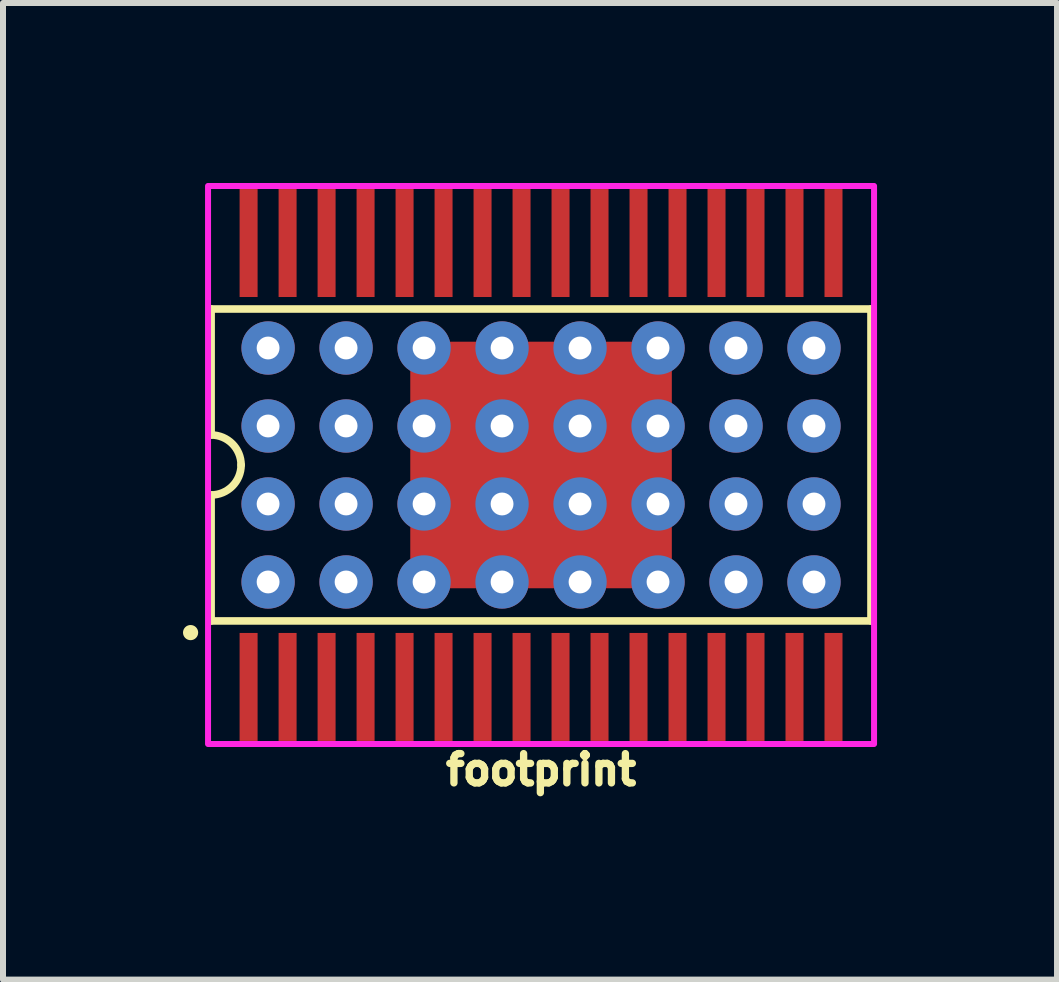
<source format=kicad_pcb>
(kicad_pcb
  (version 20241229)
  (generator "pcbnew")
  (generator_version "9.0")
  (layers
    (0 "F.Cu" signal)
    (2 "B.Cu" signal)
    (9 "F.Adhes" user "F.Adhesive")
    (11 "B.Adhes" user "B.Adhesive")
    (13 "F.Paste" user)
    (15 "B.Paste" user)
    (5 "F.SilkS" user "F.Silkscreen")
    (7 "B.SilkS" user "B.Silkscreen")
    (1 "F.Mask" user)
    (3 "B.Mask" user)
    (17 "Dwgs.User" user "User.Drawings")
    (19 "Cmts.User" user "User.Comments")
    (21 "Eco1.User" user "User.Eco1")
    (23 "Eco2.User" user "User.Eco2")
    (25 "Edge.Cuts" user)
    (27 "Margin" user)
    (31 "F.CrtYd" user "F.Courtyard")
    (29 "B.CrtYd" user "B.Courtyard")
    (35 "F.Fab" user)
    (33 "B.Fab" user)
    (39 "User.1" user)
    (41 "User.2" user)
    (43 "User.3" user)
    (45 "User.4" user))
  (footprint "footprint"
    (layer "F.Cu")
    (at 5.969 4.701)
    (property "Reference" "footprint" (at 0 5.08 0) (layer "F.SilkS") (effects (font (size 0.488 0.488) (thickness 0.122))))
    (fp_poly (pts (xy -5.025 -2.8) (xy -4.725 -2.8) (xy -4.725 -4.6) (xy -5.025 -4.6)) (stroke (width 0) (type solid)) (fill yes) (layer "F.Mask"))
    (fp_poly (pts (xy -5.025 4.6) (xy -4.725 4.6) (xy -4.725 2.8) (xy -5.025 2.8)) (stroke (width 0) (type solid)) (fill yes) (layer "F.Mask"))
    (fp_poly (pts (xy -4.375 -2.8) (xy -4.075 -2.8) (xy -4.075 -4.6) (xy -4.375 -4.6)) (stroke (width 0) (type solid)) (fill yes) (layer "F.Mask"))
    (fp_poly (pts (xy -4.375 4.6) (xy -4.075 4.6) (xy -4.075 2.8) (xy -4.375 2.8)) (stroke (width 0) (type solid)) (fill yes) (layer "F.Mask"))
    (fp_poly (pts (xy -3.725 -2.8) (xy -3.425 -2.8) (xy -3.425 -4.6) (xy -3.725 -4.6)) (stroke (width 0) (type solid)) (fill yes) (layer "F.Mask"))
    (fp_poly (pts (xy -3.725 4.6) (xy -3.425 4.6) (xy -3.425 2.8) (xy -3.725 2.8)) (stroke (width 0) (type solid)) (fill yes) (layer "F.Mask"))
    (fp_poly (pts (xy -3.075 -2.8) (xy -2.775 -2.8) (xy -2.775 -4.6) (xy -3.075 -4.6)) (stroke (width 0) (type solid)) (fill yes) (layer "F.Mask"))
    (fp_poly (pts (xy -3.075 4.6) (xy -2.775 4.6) (xy -2.775 2.8) (xy -3.075 2.8)) (stroke (width 0) (type solid)) (fill yes) (layer "F.Mask"))
    (fp_poly (pts (xy -2.425 -2.8) (xy -2.125 -2.8) (xy -2.125 -4.6) (xy -2.425 -4.6)) (stroke (width 0) (type solid)) (fill yes) (layer "F.Mask"))
    (fp_poly (pts (xy -2.425 4.6) (xy -2.125 4.6) (xy -2.125 2.8) (xy -2.425 2.8)) (stroke (width 0) (type solid)) (fill yes) (layer "F.Mask"))
    (fp_poly (pts (xy -2.18 2.055) (xy 2.18 2.055) (xy 2.18 -2.055) (xy -2.18 -2.055)) (stroke (width 0) (type solid)) (fill yes) (layer "F.Mask"))
    (fp_poly (pts (xy -1.775 -2.8) (xy -1.475 -2.8) (xy -1.475 -4.6) (xy -1.775 -4.6)) (stroke (width 0) (type solid)) (fill yes) (layer "F.Mask"))
    (fp_poly (pts (xy -1.775 4.6) (xy -1.475 4.6) (xy -1.475 2.8) (xy -1.775 2.8)) (stroke (width 0) (type solid)) (fill yes) (layer "F.Mask"))
    (fp_poly (pts (xy -1.125 -2.8) (xy -0.825 -2.8) (xy -0.825 -4.6) (xy -1.125 -4.6)) (stroke (width 0) (type solid)) (fill yes) (layer "F.Mask"))
    (fp_poly (pts (xy -1.125 4.6) (xy -0.825 4.6) (xy -0.825 2.8) (xy -1.125 2.8)) (stroke (width 0) (type solid)) (fill yes) (layer "F.Mask"))
    (fp_poly (pts (xy -0.475 -2.8) (xy -0.175 -2.8) (xy -0.175 -4.6) (xy -0.475 -4.6)) (stroke (width 0) (type solid)) (fill yes) (layer "F.Mask"))
    (fp_poly (pts (xy -0.475 4.6) (xy -0.175 4.6) (xy -0.175 2.8) (xy -0.475 2.8)) (stroke (width 0) (type solid)) (fill yes) (layer "F.Mask"))
    (fp_poly (pts (xy 0.175 -2.8) (xy 0.475 -2.8) (xy 0.475 -4.6) (xy 0.175 -4.6)) (stroke (width 0) (type solid)) (fill yes) (layer "F.Mask"))
    (fp_poly (pts (xy 0.175 4.6) (xy 0.475 4.6) (xy 0.475 2.8) (xy 0.175 2.8)) (stroke (width 0) (type solid)) (fill yes) (layer "F.Mask"))
    (fp_poly (pts (xy 0.825 -2.8) (xy 1.125 -2.8) (xy 1.125 -4.6) (xy 0.825 -4.6)) (stroke (width 0) (type solid)) (fill yes) (layer "F.Mask"))
    (fp_poly (pts (xy 0.825 4.6) (xy 1.125 4.6) (xy 1.125 2.8) (xy 0.825 2.8)) (stroke (width 0) (type solid)) (fill yes) (layer "F.Mask"))
    (fp_poly (pts (xy 1.475 -2.8) (xy 1.775 -2.8) (xy 1.775 -4.6) (xy 1.475 -4.6)) (stroke (width 0) (type solid)) (fill yes) (layer "F.Mask"))
    (fp_poly (pts (xy 1.475 4.6) (xy 1.775 4.6) (xy 1.775 2.8) (xy 1.475 2.8)) (stroke (width 0) (type solid)) (fill yes) (layer "F.Mask"))
    (fp_poly (pts (xy 2.125 -2.8) (xy 2.425 -2.8) (xy 2.425 -4.6) (xy 2.125 -4.6)) (stroke (width 0) (type solid)) (fill yes) (layer "F.Mask"))
    (fp_poly (pts (xy 2.125 4.6) (xy 2.425 4.6) (xy 2.425 2.8) (xy 2.125 2.8)) (stroke (width 0) (type solid)) (fill yes) (layer "F.Mask"))
    (fp_poly (pts (xy 2.775 -2.8) (xy 3.075 -2.8) (xy 3.075 -4.6) (xy 2.775 -4.6)) (stroke (width 0) (type solid)) (fill yes) (layer "F.Mask"))
    (fp_poly (pts (xy 2.775 4.6) (xy 3.075 4.6) (xy 3.075 2.8) (xy 2.775 2.8)) (stroke (width 0) (type solid)) (fill yes) (layer "F.Mask"))
    (fp_poly (pts (xy 3.425 -2.8) (xy 3.725 -2.8) (xy 3.725 -4.6) (xy 3.425 -4.6)) (stroke (width 0) (type solid)) (fill yes) (layer "F.Mask"))
    (fp_poly (pts (xy 3.425 4.6) (xy 3.725 4.6) (xy 3.725 2.8) (xy 3.425 2.8)) (stroke (width 0) (type solid)) (fill yes) (layer "F.Mask"))
    (fp_poly (pts (xy 4.075 -2.8) (xy 4.375 -2.8) (xy 4.375 -4.6) (xy 4.075 -4.6)) (stroke (width 0) (type solid)) (fill yes) (layer "F.Mask"))
    (fp_poly (pts (xy 4.075 4.6) (xy 4.375 4.6) (xy 4.375 2.8) (xy 4.075 2.8)) (stroke (width 0) (type solid)) (fill yes) (layer "F.Mask"))
    (fp_poly (pts (xy 4.725 -2.8) (xy 5.025 -2.8) (xy 5.025 -4.6) (xy 4.725 -4.6)) (stroke (width 0) (type solid)) (fill yes) (layer "F.Mask"))
    (fp_poly (pts (xy 4.725 4.6) (xy 5.025 4.6) (xy 5.025 2.8) (xy 4.725 2.8)) (stroke (width 0) (type solid)) (fill yes) (layer "F.Mask"))
    (fp_line (start -5.5 -2.6) (end -5.5 -0.5) (stroke (width 0.127) (type solid)) (layer "F.SilkS"))
    (fp_line (start -5.5 0.5) (end -5.5 2.6) (stroke (width 0.127) (type solid)) (layer "F.SilkS"))
    (fp_line (start 5.5 -2.6) (end -5.5 -2.6) (stroke (width 0.127) (type solid)) (layer "F.SilkS"))
    (fp_line (start 5.5 -2.6) (end 5.5 2.6) (stroke (width 0.127) (type solid)) (layer "F.SilkS"))
    (fp_line (start 5.5 2.6) (end -5.5 2.6) (stroke (width 0.127) (type solid)) (layer "F.SilkS"))
    (fp_arc (start -5.5 -0.5) (mid -5.146447 -0.353553) (end -5 0) (stroke (width 0.127) (type solid)) (layer "F.SilkS"))
    (fp_arc (start -5 0) (mid -5.146447 0.353553) (end -5.5 0.5) (stroke (width 0.127) (type solid)) (layer "F.SilkS"))
    (fp_circle (center -5.842 2.794) (end -5.779 2.794) (stroke (width 0.127) (type solid)) (fill yes) (layer "F.SilkS"))
    (fp_poly (pts (xy -4.955 -2.87) (xy -4.795 -2.87) (xy -4.795 -4.53) (xy -4.955 -4.53)) (stroke (width 0) (type solid)) (fill yes) (layer "F.Paste"))
    (fp_poly (pts (xy -4.955 4.53) (xy -4.795 4.53) (xy -4.795 2.87) (xy -4.955 2.87)) (stroke (width 0) (type solid)) (fill yes) (layer "F.Paste"))
    (fp_poly (pts (xy -4.305 -2.87) (xy -4.145 -2.87) (xy -4.145 -4.53) (xy -4.305 -4.53)) (stroke (width 0) (type solid)) (fill yes) (layer "F.Paste"))
    (fp_poly (pts (xy -4.305 4.53) (xy -4.145 4.53) (xy -4.145 2.87) (xy -4.305 2.87)) (stroke (width 0) (type solid)) (fill yes) (layer "F.Paste"))
    (fp_poly (pts (xy -3.655 -2.87) (xy -3.495 -2.87) (xy -3.495 -4.53) (xy -3.655 -4.53)) (stroke (width 0) (type solid)) (fill yes) (layer "F.Paste"))
    (fp_poly (pts (xy -3.655 4.53) (xy -3.495 4.53) (xy -3.495 2.87) (xy -3.655 2.87)) (stroke (width 0) (type solid)) (fill yes) (layer "F.Paste"))
    (fp_poly (pts (xy -3.005 -2.87) (xy -2.845 -2.87) (xy -2.845 -4.53) (xy -3.005 -4.53)) (stroke (width 0) (type solid)) (fill yes) (layer "F.Paste"))
    (fp_poly (pts (xy -3.005 4.53) (xy -2.845 4.53) (xy -2.845 2.87) (xy -3.005 2.87)) (stroke (width 0) (type solid)) (fill yes) (layer "F.Paste"))
    (fp_poly (pts (xy -2.355 -2.87) (xy -2.195 -2.87) (xy -2.195 -4.53) (xy -2.355 -4.53)) (stroke (width 0) (type solid)) (fill yes) (layer "F.Paste"))
    (fp_poly (pts (xy -2.355 4.53) (xy -2.195 4.53) (xy -2.195 2.87) (xy -2.355 2.87)) (stroke (width 0) (type solid)) (fill yes) (layer "F.Paste"))
    (fp_poly (pts (xy -2 1.875) (xy 2 1.875) (xy 2 -1.875) (xy -2 -1.875)) (stroke (width 0) (type solid)) (fill yes) (layer "F.Paste"))
    (fp_poly (pts (xy -1.705 -2.87) (xy -1.545 -2.87) (xy -1.545 -4.53) (xy -1.705 -4.53)) (stroke (width 0) (type solid)) (fill yes) (layer "F.Paste"))
    (fp_poly (pts (xy -1.705 4.53) (xy -1.545 4.53) (xy -1.545 2.87) (xy -1.705 2.87)) (stroke (width 0) (type solid)) (fill yes) (layer "F.Paste"))
    (fp_poly (pts (xy -1.055 -2.87) (xy -0.895 -2.87) (xy -0.895 -4.53) (xy -1.055 -4.53)) (stroke (width 0) (type solid)) (fill yes) (layer "F.Paste"))
    (fp_poly (pts (xy -1.055 4.53) (xy -0.895 4.53) (xy -0.895 2.87) (xy -1.055 2.87)) (stroke (width 0) (type solid)) (fill yes) (layer "F.Paste"))
    (fp_poly (pts (xy -0.405 -2.87) (xy -0.245 -2.87) (xy -0.245 -4.53) (xy -0.405 -4.53)) (stroke (width 0) (type solid)) (fill yes) (layer "F.Paste"))
    (fp_poly (pts (xy -0.405 4.53) (xy -0.245 4.53) (xy -0.245 2.87) (xy -0.405 2.87)) (stroke (width 0) (type solid)) (fill yes) (layer "F.Paste"))
    (fp_poly (pts (xy -0.405 4.53) (xy -0.245 4.53) (xy -0.245 2.87) (xy -0.405 2.87)) (stroke (width 0) (type solid)) (fill yes) (layer "F.Paste"))
    (fp_poly (pts (xy 0.245 -2.87) (xy 0.405 -2.87) (xy 0.405 -4.53) (xy 0.245 -4.53)) (stroke (width 0) (type solid)) (fill yes) (layer "F.Paste"))
    (fp_poly (pts (xy 0.245 4.53) (xy 0.405 4.53) (xy 0.405 2.87) (xy 0.245 2.87)) (stroke (width 0) (type solid)) (fill yes) (layer "F.Paste"))
    (fp_poly (pts (xy 0.895 -2.87) (xy 1.055 -2.87) (xy 1.055 -4.53) (xy 0.895 -4.53)) (stroke (width 0) (type solid)) (fill yes) (layer "F.Paste"))
    (fp_poly (pts (xy 0.895 4.53) (xy 1.055 4.53) (xy 1.055 2.87) (xy 0.895 2.87)) (stroke (width 0) (type solid)) (fill yes) (layer "F.Paste"))
    (fp_poly (pts (xy 1.545 -2.87) (xy 1.705 -2.87) (xy 1.705 -4.53) (xy 1.545 -4.53)) (stroke (width 0) (type solid)) (fill yes) (layer "F.Paste"))
    (fp_poly (pts (xy 1.545 4.53) (xy 1.705 4.53) (xy 1.705 2.87) (xy 1.545 2.87)) (stroke (width 0) (type solid)) (fill yes) (layer "F.Paste"))
    (fp_poly (pts (xy 2.195 -2.87) (xy 2.355 -2.87) (xy 2.355 -4.53) (xy 2.195 -4.53)) (stroke (width 0) (type solid)) (fill yes) (layer "F.Paste"))
    (fp_poly (pts (xy 2.195 4.53) (xy 2.355 4.53) (xy 2.355 2.87) (xy 2.195 2.87)) (stroke (width 0) (type solid)) (fill yes) (layer "F.Paste"))
    (fp_poly (pts (xy 2.845 -2.87) (xy 3.005 -2.87) (xy 3.005 -4.53) (xy 2.845 -4.53)) (stroke (width 0) (type solid)) (fill yes) (layer "F.Paste"))
    (fp_poly (pts (xy 2.845 4.53) (xy 3.005 4.53) (xy 3.005 2.87) (xy 2.845 2.87)) (stroke (width 0) (type solid)) (fill yes) (layer "F.Paste"))
    (fp_poly (pts (xy 3.495 -2.87) (xy 3.655 -2.87) (xy 3.655 -4.53) (xy 3.495 -4.53)) (stroke (width 0) (type solid)) (fill yes) (layer "F.Paste"))
    (fp_poly (pts (xy 3.495 4.53) (xy 3.655 4.53) (xy 3.655 2.87) (xy 3.495 2.87)) (stroke (width 0) (type solid)) (fill yes) (layer "F.Paste"))
    (fp_poly (pts (xy 4.145 -2.87) (xy 4.305 -2.87) (xy 4.305 -4.53) (xy 4.145 -4.53)) (stroke (width 0) (type solid)) (fill yes) (layer "F.Paste"))
    (fp_poly (pts (xy 4.145 4.53) (xy 4.305 4.53) (xy 4.305 2.87) (xy 4.145 2.87)) (stroke (width 0) (type solid)) (fill yes) (layer "F.Paste"))
    (fp_poly (pts (xy 4.795 -2.87) (xy 4.955 -2.87) (xy 4.955 -4.53) (xy 4.795 -4.53)) (stroke (width 0) (type solid)) (fill yes) (layer "F.Paste"))
    (fp_poly (pts (xy 4.795 4.53) (xy 4.955 4.53) (xy 4.955 2.87) (xy 4.795 2.87)) (stroke (width 0) (type solid)) (fill yes) (layer "F.Paste"))
    (fp_poly (pts (xy -5.551 4.651) (xy 5.551 4.651) (xy 5.551 -4.651) (xy -5.551 -4.651)) (stroke (width 0.1) (type solid)) (fill no) (layer "F.CrtYd"))
    (pad "BLANK" smd rect (at -4.225 3.7) (size 0.3 1.8) (layers "F.Cu"))
    (pad "EPAD" smd rect (at 0 0) (size 4.36 4.11) (layers "F.Cu"))
    (pad "GND" smd rect (at -4.875 3.7) (size 0.3 1.8) (layers "F.Cu"))
    (pad "IREF" smd rect (at -4.225 -3.7) (size 0.3 1.8) (layers "F.Cu"))
    (pad "OUT0" smd rect (at -2.275 3.7) (size 0.3 1.8) (layers "F.Cu"))
    (pad "OUT1" smd rect (at -1.625 3.7) (size 0.3 1.8) (layers "F.Cu"))
    (pad "OUT2" smd rect (at -0.975 3.7) (size 0.3 1.8) (layers "F.Cu"))
    (pad "OUT3" smd rect (at -0.325 3.7) (size 0.3 1.8) (layers "F.Cu"))
    (pad "OUT4" smd rect (at 0.325 3.7) (size 0.3 1.8) (layers "F.Cu"))
    (pad "OUT5" smd rect (at 0.975 3.7) (size 0.3 1.8) (layers "F.Cu"))
    (pad "OUT6" smd rect (at 1.625 3.7) (size 0.3 1.8) (layers "F.Cu"))
    (pad "OUT7" smd rect (at 2.275 3.7) (size 0.3 1.8) (layers "F.Cu"))
    (pad "OUT8" smd rect (at 2.925 3.7) (size 0.3 1.8) (layers "F.Cu"))
    (pad "OUT9" smd rect (at 3.575 3.7) (size 0.3 1.8) (layers "F.Cu"))
    (pad "OUT10" smd rect (at 4.225 3.7) (size 0.3 1.8) (layers "F.Cu"))
    (pad "OUT11" smd rect (at 4.875 3.7) (size 0.3 1.8) (layers "F.Cu"))
    (pad "OUT12" smd rect (at 4.875 -3.7) (size 0.3 1.8) (layers "F.Cu"))
    (pad "OUT13" smd rect (at 4.225 -3.7) (size 0.3 1.8) (layers "F.Cu"))
    (pad "OUT14" smd rect (at 3.575 -3.7) (size 0.3 1.8) (layers "F.Cu"))
    (pad "OUT15" smd rect (at 2.925 -3.7) (size 0.3 1.8) (layers "F.Cu"))
    (pad "OUT16" smd rect (at 2.275 -3.7) (size 0.3 1.8) (layers "F.Cu"))
    (pad "OUT17" smd rect (at 1.625 -3.7) (size 0.3 1.8) (layers "F.Cu"))
    (pad "OUT18" smd rect (at 0.975 -3.7) (size 0.3 1.8) (layers "F.Cu"))
    (pad "OUT19" smd rect (at 0.325 -3.7) (size 0.3 1.8) (layers "F.Cu"))
    (pad "OUT20" smd rect (at -0.325 -3.7) (size 0.3 1.8) (layers "F.Cu"))
    (pad "OUT21" smd rect (at -0.975 -3.7) (size 0.3 1.8) (layers "F.Cu"))
    (pad "OUT22" smd rect (at -1.625 -3.7) (size 0.3 1.8) (layers "F.Cu"))
    (pad "OUT23" smd rect (at -2.275 -3.7) (size 0.3 1.8) (layers "F.Cu"))
    (pad "P$1" thru_hole circle (at -0.65 0.65) (size 0.889 0.889) (drill 0.381) (layers "*.Cu" "*.Mask"))
    (pad "P$2" thru_hole circle (at -0.65 1.95) (size 0.889 0.889) (drill 0.381) (layers "*.Cu" "*.Mask"))
    (pad "P$3" thru_hole circle (at -0.65 -0.65) (size 0.889 0.889) (drill 0.381) (layers "*.Cu" "*.Mask"))
    (pad "P$4" thru_hole circle (at -0.65 -1.95) (size 0.889 0.889) (drill 0.381) (layers "*.Cu" "*.Mask"))
    (pad "P$5" thru_hole circle (at 0.65 -1.95) (size 0.889 0.889) (drill 0.381) (layers "*.Cu" "*.Mask"))
    (pad "P$6" thru_hole circle (at 0.65 -0.65) (size 0.889 0.889) (drill 0.381) (layers "*.Cu" "*.Mask"))
    (pad "P$7" thru_hole circle (at 0.65 0.65) (size 0.889 0.889) (drill 0.381) (layers "*.Cu" "*.Mask"))
    (pad "P$8" thru_hole circle (at 0.65 1.95) (size 0.889 0.889) (drill 0.381) (layers "*.Cu" "*.Mask"))
    (pad "P$9" thru_hole circle (at 1.95 1.95) (size 0.889 0.889) (drill 0.381) (layers "*.Cu" "*.Mask"))
    (pad "P$10" thru_hole circle (at 1.95 0.65) (size 0.889 0.889) (drill 0.381) (layers "*.Cu" "*.Mask"))
    (pad "P$11" thru_hole circle (at 3.25 1.95) (size 0.889 0.889) (drill 0.381) (layers "*.Cu" "*.Mask"))
    (pad "P$12" thru_hole circle (at 4.55 1.95) (size 0.889 0.889) (drill 0.381) (layers "*.Cu" "*.Mask"))
    (pad "P$13" thru_hole circle (at -1.95 1.95) (size 0.889 0.889) (drill 0.381) (layers "*.Cu" "*.Mask"))
    (pad "P$14" thru_hole circle (at -3.25 1.95) (size 0.889 0.889) (drill 0.381) (layers "*.Cu" "*.Mask"))
    (pad "P$15" thru_hole circle (at -4.55 1.95) (size 0.889 0.889) (drill 0.381) (layers "*.Cu" "*.Mask"))
    (pad "P$16" thru_hole circle (at -4.55 0.65) (size 0.889 0.889) (drill 0.381) (layers "*.Cu" "*.Mask"))
    (pad "P$17" thru_hole circle (at -4.55 -0.65) (size 0.889 0.889) (drill 0.381) (layers "*.Cu" "*.Mask"))
    (pad "P$18" thru_hole circle (at -4.55 -1.95) (size 0.889 0.889) (drill 0.381) (layers "*.Cu" "*.Mask"))
    (pad "P$19" thru_hole circle (at -3.25 -1.95) (size 0.889 0.889) (drill 0.381) (layers "*.Cu" "*.Mask"))
    (pad "P$20" thru_hole circle (at -3.25 -0.65) (size 0.889 0.889) (drill 0.381) (layers "*.Cu" "*.Mask"))
    (pad "P$21" thru_hole circle (at -3.25 0.65) (size 0.889 0.889) (drill 0.381) (layers "*.Cu" "*.Mask"))
    (pad "P$22" thru_hole circle (at -1.95 0.65) (size 0.889 0.889) (drill 0.381) (layers "*.Cu" "*.Mask"))
    (pad "P$23" thru_hole circle (at -1.95 -0.65) (size 0.889 0.889) (drill 0.381) (layers "*.Cu" "*.Mask"))
    (pad "P$24" thru_hole circle (at -1.95 -1.95) (size 0.889 0.889) (drill 0.381) (layers "*.Cu" "*.Mask"))
    (pad "P$25" thru_hole circle (at 1.95 -1.95) (size 0.889 0.889) (drill 0.381) (layers "*.Cu" "*.Mask"))
    (pad "P$26" thru_hole circle (at 1.95 -0.65) (size 0.889 0.889) (drill 0.381) (layers "*.Cu" "*.Mask"))
    (pad "P$27" thru_hole circle (at 3.25 -0.65) (size 0.889 0.889) (drill 0.381) (layers "*.Cu" "*.Mask"))
    (pad "P$28" thru_hole circle (at 3.25 0.65) (size 0.889 0.889) (drill 0.381) (layers "*.Cu" "*.Mask"))
    (pad "P$29" thru_hole circle (at 4.55 0.65) (size 0.889 0.889) (drill 0.381) (layers "*.Cu" "*.Mask"))
    (pad "P$30" thru_hole circle (at 4.55 -0.65) (size 0.889 0.889) (drill 0.381) (layers "*.Cu" "*.Mask"))
    (pad "P$31" thru_hole circle (at 3.25 -1.95) (size 0.889 0.889) (drill 0.381) (layers "*.Cu" "*.Mask"))
    (pad "P$32" thru_hole circle (at 4.55 -1.95) (size 0.889 0.889) (drill 0.381) (layers "*.Cu" "*.Mask"))
    (pad "SCLK" smd rect (at -3.575 3.7) (size 0.3 1.8) (layers "F.Cu"))
    (pad "SIN" smd rect (at -2.925 3.7) (size 0.3 1.8) (layers "F.Cu"))
    (pad "SOUT" smd rect (at -2.925 -3.7) (size 0.3 1.8) (layers "F.Cu"))
    (pad "VCC" smd rect (at -4.875 -3.7) (size 0.3 1.8) (layers "F.Cu"))
    (pad "XLAT" smd rect (at -3.575 -3.7) (size 0.3 1.8) (layers "F.Cu")))
  (gr_rect
    (start -3 -3)
    (end 14.57 13.28)
    (stroke (width 0.1) (type default))
    (fill no)
    (layer "Edge.Cuts")))
</source>
